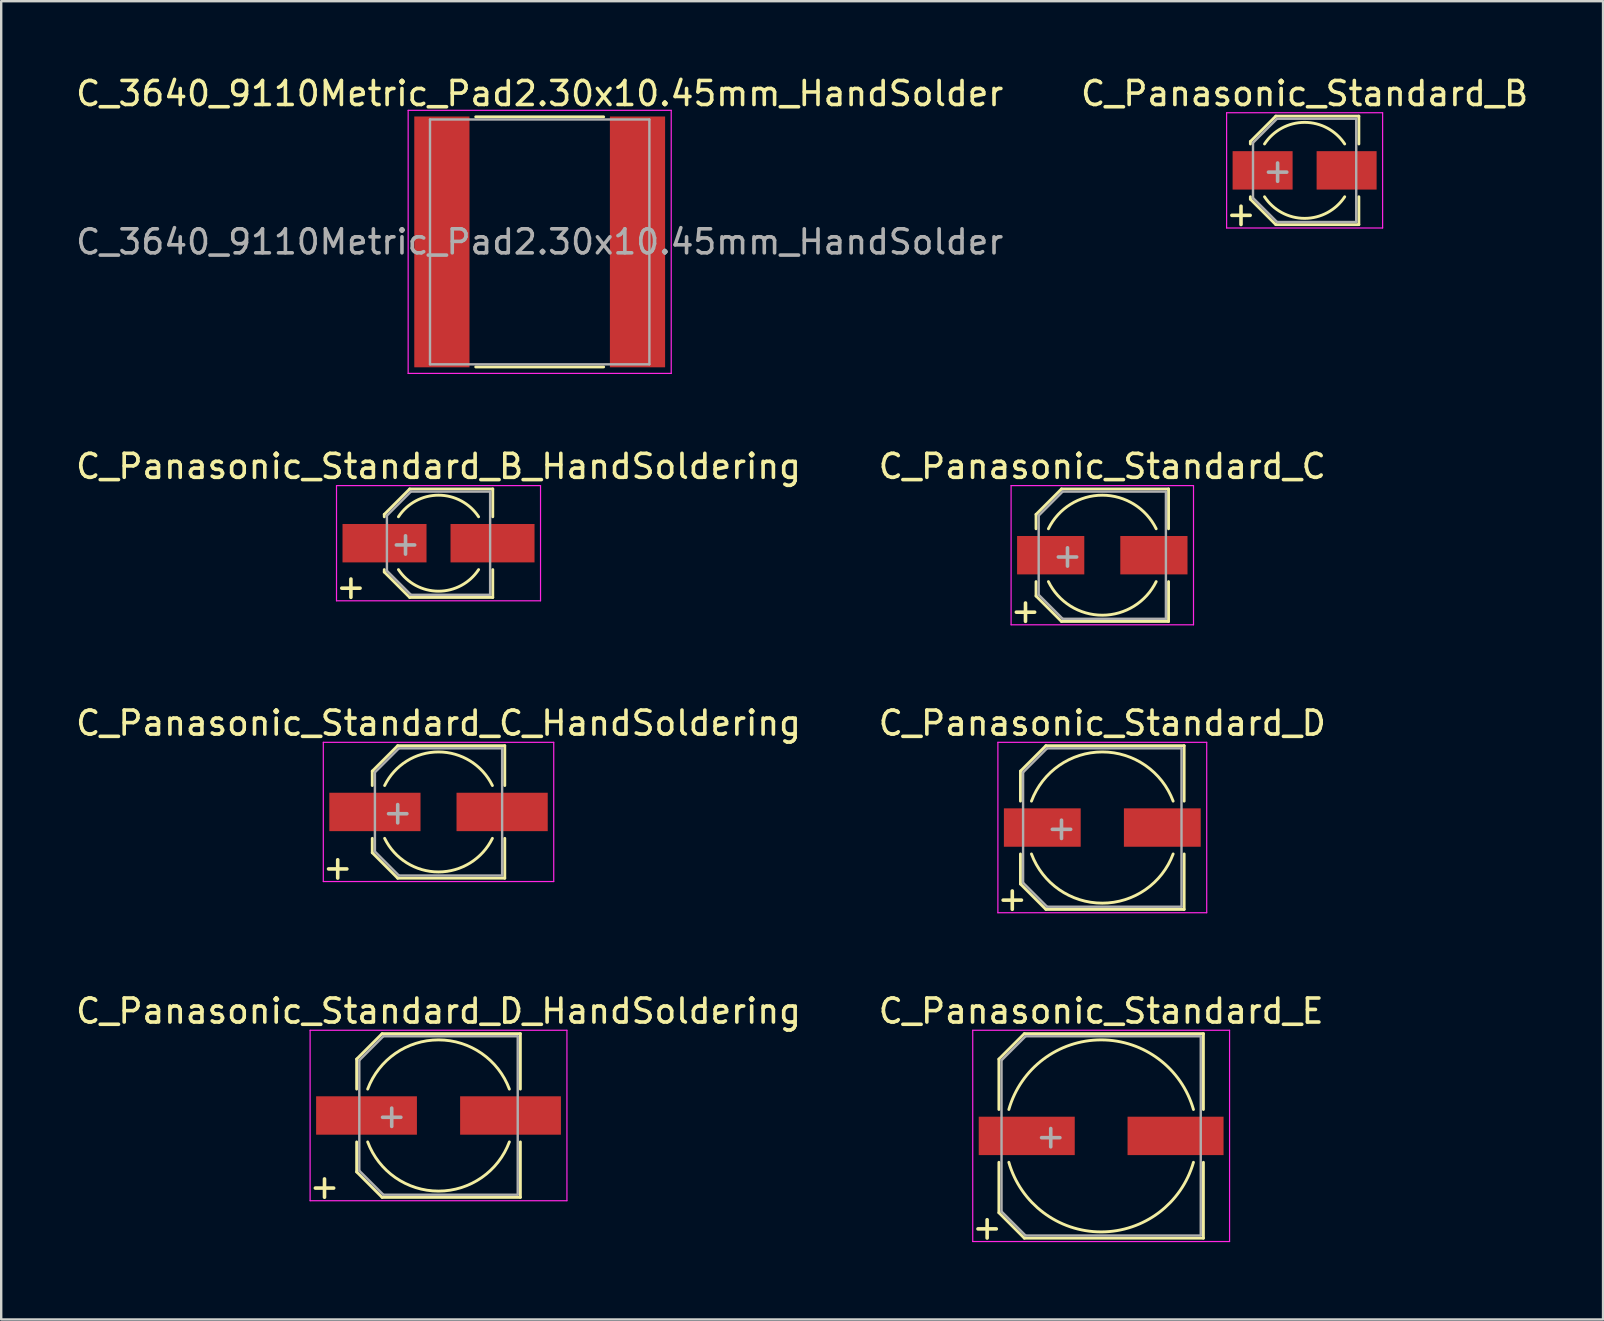
<source format=kicad_pcb>
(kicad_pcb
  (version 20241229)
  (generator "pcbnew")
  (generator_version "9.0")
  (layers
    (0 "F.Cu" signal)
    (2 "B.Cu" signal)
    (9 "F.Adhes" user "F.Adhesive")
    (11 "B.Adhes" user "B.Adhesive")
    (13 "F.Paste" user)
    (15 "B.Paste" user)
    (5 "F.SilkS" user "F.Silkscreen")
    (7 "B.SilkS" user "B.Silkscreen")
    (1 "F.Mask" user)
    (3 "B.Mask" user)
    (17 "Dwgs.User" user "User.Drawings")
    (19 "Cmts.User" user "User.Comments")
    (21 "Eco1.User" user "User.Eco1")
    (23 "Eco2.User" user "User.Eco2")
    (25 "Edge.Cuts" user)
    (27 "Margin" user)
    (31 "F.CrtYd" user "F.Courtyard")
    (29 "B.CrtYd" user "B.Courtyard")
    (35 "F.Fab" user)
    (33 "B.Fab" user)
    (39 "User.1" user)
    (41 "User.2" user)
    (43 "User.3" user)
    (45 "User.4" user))
  (footprint "C_3640_9110Metric_Pad2.30x10.45mm_HandSolder"
    (layer "F.Cu")
    (at 19.435 7.028)
    (property "Reference" "C_3640_9110Metric_Pad2.30x10.45mm_HandSolder" (at 0 -6.18 0) (layer "F.SilkS") (effects (font (size 1 1) (thickness 0.15))))
    (attr smd)
    (fp_line (start -2.665 -5.21) (end 2.665 -5.21) (stroke (width 0.12) (type solid)) (layer "F.SilkS"))
    (fp_line (start -2.665 5.21) (end 2.665 5.21) (stroke (width 0.12) (type solid)) (layer "F.SilkS"))
    (fp_line (start -5.48 -5.48) (end 5.48 -5.48) (stroke (width 0.05) (type solid)) (layer "F.CrtYd"))
    (fp_line (start -5.48 5.48) (end -5.48 -5.48) (stroke (width 0.05) (type solid)) (layer "F.CrtYd"))
    (fp_line (start 5.48 -5.48) (end 5.48 5.48) (stroke (width 0.05) (type solid)) (layer "F.CrtYd"))
    (fp_line (start 5.48 5.48) (end -5.48 5.48) (stroke (width 0.05) (type solid)) (layer "F.CrtYd"))
    (fp_line (start -4.57 -5.1) (end 4.57 -5.1) (stroke (width 0.1) (type solid)) (layer "F.Fab"))
    (fp_line (start -4.57 5.1) (end -4.57 -5.1) (stroke (width 0.1) (type solid)) (layer "F.Fab"))
    (fp_line (start 4.57 -5.1) (end 4.57 5.1) (stroke (width 0.1) (type solid)) (layer "F.Fab"))
    (fp_line (start 4.57 5.1) (end -4.57 5.1) (stroke (width 0.1) (type solid)) (layer "F.Fab"))
    (fp_text user "${REFERENCE}" (at 0 0 0) (layer "F.Fab") (effects (font (size 1 1) (thickness 0.15))))
    (pad "1" smd rect (at -4.075 0) (size 2.3 10.45) (layers "F.Cu" "F.Mask" "F.Paste"))
    (pad "2" smd rect (at 4.075 0) (size 2.3 10.45) (layers "F.Cu" "F.Mask" "F.Paste")))
  (footprint "C_Panasonic_Standard_D"
    (layer "F.Cu")
    (at 42.875 31.428)
    (property "Reference" "C_Panasonic_Standard_D" (at 0 -4.35 0) (layer "F.SilkS") (effects (font (size 1 1) (thickness 0.15))))
    (attr smd)
    (fp_line (start -3.41 -2.35) (end -3.41 -1.1) (stroke (width 0.12) (type solid)) (layer "F.SilkS"))
    (fp_line (start -3.41 -2.35) (end -2.35 -3.41) (stroke (width 0.12) (type solid)) (layer "F.SilkS"))
    (fp_line (start -3.41 2.35) (end -3.41 1.1) (stroke (width 0.12) (type solid)) (layer "F.SilkS"))
    (fp_line (start -3.41 2.35) (end -2.35 3.41) (stroke (width 0.12) (type solid)) (layer "F.SilkS"))
    (fp_line (start -2.35 -3.41) (end 3.41 -3.41) (stroke (width 0.12) (type solid)) (layer "F.SilkS"))
    (fp_line (start -2.35 3.41) (end 3.41 3.41) (stroke (width 0.12) (type solid)) (layer "F.SilkS"))
    (fp_line (start 3.41 -3.41) (end 3.41 -1.1) (stroke (width 0.12) (type solid)) (layer "F.SilkS"))
    (fp_line (start 3.41 3.41) (end 3.41 1.1) (stroke (width 0.12) (type solid)) (layer "F.SilkS"))
    (fp_arc (start -2.951694 -1.1) (mid 0 -3.15) (end 2.951694 -1.1) (stroke (width 0.12) (type solid)) (layer "F.SilkS"))
    (fp_arc (start 2.951694 1.1) (mid 0 3.15) (end -2.951694 1.1) (stroke (width 0.12) (type solid)) (layer "F.SilkS"))
    (fp_line (start -4.35 -3.55) (end -4.35 3.55) (stroke (width 0.05) (type solid)) (layer "F.CrtYd"))
    (fp_line (start -4.35 3.55) (end 4.35 3.55) (stroke (width 0.05) (type solid)) (layer "F.CrtYd"))
    (fp_line (start 4.35 -3.55) (end -4.35 -3.55) (stroke (width 0.05) (type solid)) (layer "F.CrtYd"))
    (fp_line (start 4.35 3.55) (end 4.35 -3.55) (stroke (width 0.05) (type solid)) (layer "F.CrtYd"))
    (fp_line (start -3.3 -2.3) (end -3.3 2.3) (stroke (width 0.1) (type solid)) (layer "F.Fab"))
    (fp_line (start -3.3 -2.3) (end -2.3 -3.3) (stroke (width 0.1) (type solid)) (layer "F.Fab"))
    (fp_line (start -3.3 2.3) (end -2.3 3.3) (stroke (width 0.1) (type solid)) (layer "F.Fab"))
    (fp_line (start -2.3 -3.3) (end 3.3 -3.3) (stroke (width 0.1) (type solid)) (layer "F.Fab"))
    (fp_line (start -2.3 3.3) (end 3.3 3.3) (stroke (width 0.1) (type solid)) (layer "F.Fab"))
    (fp_line (start 3.3 -3.3) (end 3.3 3.3) (stroke (width 0.1) (type solid)) (layer "F.Fab"))
    (fp_text user "+" (at -3.75 2.95 0) (layer "F.SilkS") (effects (font (size 1 1) (thickness 0.15))))
    (fp_text user "+" (at -1.7 0 0) (layer "F.Fab") (effects (font (size 1 1) (thickness 0.15))))
    (pad "1" smd rect (at -2.5 0) (size 3.2 1.6) (layers "F.Cu" "F.Mask" "F.Paste"))
    (pad "2" smd rect (at 2.5 0) (size 3.2 1.6) (layers "F.Cu" "F.Mask" "F.Paste")))
  (footprint "C_Panasonic_Standard_B"
    (layer "F.Cu")
    (at 51.304 4.048)
    (property "Reference" "C_Panasonic_Standard_B" (at 0 -3.2 0) (layer "F.SilkS") (effects (font (size 1 1) (thickness 0.15))))
    (attr smd)
    (fp_line (start -2.26 -1.2) (end -2.26 -1.1) (stroke (width 0.12) (type solid)) (layer "F.SilkS"))
    (fp_line (start -2.26 -1.2) (end -1.2 -2.26) (stroke (width 0.12) (type solid)) (layer "F.SilkS"))
    (fp_line (start -2.26 1.2) (end -2.26 1.1) (stroke (width 0.12) (type solid)) (layer "F.SilkS"))
    (fp_line (start -2.26 1.2) (end -1.2 2.26) (stroke (width 0.12) (type solid)) (layer "F.SilkS"))
    (fp_line (start -1.2 -2.26) (end 2.26 -2.26) (stroke (width 0.12) (type solid)) (layer "F.SilkS"))
    (fp_line (start -1.2 2.26) (end 2.26 2.26) (stroke (width 0.12) (type solid)) (layer "F.SilkS"))
    (fp_line (start 2.26 -2.26) (end 2.26 -1.1) (stroke (width 0.12) (type solid)) (layer "F.SilkS"))
    (fp_line (start 2.26 2.26) (end 2.26 1.1) (stroke (width 0.12) (type solid)) (layer "F.SilkS"))
    (fp_arc (start -1.670329 -1.1) (mid 0 -2) (end 1.670329 -1.1) (stroke (width 0.12) (type solid)) (layer "F.SilkS"))
    (fp_arc (start 1.670329 1.1) (mid 0 2) (end -1.670329 1.1) (stroke (width 0.12) (type solid)) (layer "F.SilkS"))
    (fp_line (start -3.25 -2.4) (end -3.25 2.4) (stroke (width 0.05) (type solid)) (layer "F.CrtYd"))
    (fp_line (start -3.25 2.4) (end 3.25 2.4) (stroke (width 0.05) (type solid)) (layer "F.CrtYd"))
    (fp_line (start 3.25 -2.4) (end -3.25 -2.4) (stroke (width 0.05) (type solid)) (layer "F.CrtYd"))
    (fp_line (start 3.25 2.4) (end 3.25 -2.4) (stroke (width 0.05) (type solid)) (layer "F.CrtYd"))
    (fp_line (start -2.15 -1.15) (end -2.15 1.15) (stroke (width 0.1) (type solid)) (layer "F.Fab"))
    (fp_line (start -2.15 -1.15) (end -1.15 -2.15) (stroke (width 0.1) (type solid)) (layer "F.Fab"))
    (fp_line (start -2.15 1.15) (end -1.15 2.15) (stroke (width 0.1) (type solid)) (layer "F.Fab"))
    (fp_line (start -1.15 -2.15) (end 2.15 -2.15) (stroke (width 0.1) (type solid)) (layer "F.Fab"))
    (fp_line (start -1.15 2.15) (end 2.15 2.15) (stroke (width 0.1) (type solid)) (layer "F.Fab"))
    (fp_line (start 2.15 -2.15) (end 2.15 2.15) (stroke (width 0.1) (type solid)) (layer "F.Fab"))
    (fp_text user "+" (at -2.65 1.8 0) (layer "F.SilkS") (effects (font (size 1 1) (thickness 0.15))))
    (fp_text user "+" (at -1.125 0 0) (layer "F.Fab") (effects (font (size 1 1) (thickness 0.15))))
    (pad "1" smd rect (at -1.75 0) (size 2.5 1.6) (layers "F.Cu" "F.Mask" "F.Paste"))
    (pad "2" smd rect (at 1.75 0) (size 2.5 1.6) (layers "F.Cu" "F.Mask" "F.Paste")))
  (footprint "C_Panasonic_Standard_B_HandSoldering"
    (layer "F.Cu")
    (at 15.22 19.581)
    (property "Reference" "C_Panasonic_Standard_B_HandSoldering" (at 0 -3.2 0) (layer "F.SilkS") (effects (font (size 1 1) (thickness 0.15))))
    (attr smd)
    (fp_line (start -2.26 -1.2) (end -2.26 -1.1) (stroke (width 0.12) (type solid)) (layer "F.SilkS"))
    (fp_line (start -2.26 -1.2) (end -1.2 -2.26) (stroke (width 0.12) (type solid)) (layer "F.SilkS"))
    (fp_line (start -2.26 1.2) (end -2.26 1.1) (stroke (width 0.12) (type solid)) (layer "F.SilkS"))
    (fp_line (start -2.26 1.2) (end -1.2 2.26) (stroke (width 0.12) (type solid)) (layer "F.SilkS"))
    (fp_line (start -1.2 -2.26) (end 2.26 -2.26) (stroke (width 0.12) (type solid)) (layer "F.SilkS"))
    (fp_line (start -1.2 2.26) (end 2.26 2.26) (stroke (width 0.12) (type solid)) (layer "F.SilkS"))
    (fp_line (start 2.26 -2.26) (end 2.26 -1.1) (stroke (width 0.12) (type solid)) (layer "F.SilkS"))
    (fp_line (start 2.26 2.26) (end 2.26 1.1) (stroke (width 0.12) (type solid)) (layer "F.SilkS"))
    (fp_arc (start -1.670329 -1.1) (mid 0 -2) (end 1.670329 -1.1) (stroke (width 0.12) (type solid)) (layer "F.SilkS"))
    (fp_arc (start 1.670329 1.1) (mid 0 2) (end -1.670329 1.1) (stroke (width 0.12) (type solid)) (layer "F.SilkS"))
    (fp_line (start -4.25 -2.4) (end -4.25 2.4) (stroke (width 0.05) (type solid)) (layer "F.CrtYd"))
    (fp_line (start -4.25 2.4) (end 4.25 2.4) (stroke (width 0.05) (type solid)) (layer "F.CrtYd"))
    (fp_line (start 4.25 -2.4) (end -4.25 -2.4) (stroke (width 0.05) (type solid)) (layer "F.CrtYd"))
    (fp_line (start 4.25 2.4) (end 4.25 -2.4) (stroke (width 0.05) (type solid)) (layer "F.CrtYd"))
    (fp_line (start -2.15 -1.15) (end -2.15 1.15) (stroke (width 0.1) (type solid)) (layer "F.Fab"))
    (fp_line (start -2.15 -1.15) (end -1.15 -2.15) (stroke (width 0.1) (type solid)) (layer "F.Fab"))
    (fp_line (start -2.15 1.15) (end -1.15 2.15) (stroke (width 0.1) (type solid)) (layer "F.Fab"))
    (fp_line (start -1.15 -2.15) (end 2.15 -2.15) (stroke (width 0.1) (type solid)) (layer "F.Fab"))
    (fp_line (start -1.15 2.15) (end 2.15 2.15) (stroke (width 0.1) (type solid)) (layer "F.Fab"))
    (fp_line (start 2.15 -2.15) (end 2.15 2.15) (stroke (width 0.1) (type solid)) (layer "F.Fab"))
    (fp_text user "+" (at -3.65 1.8 0) (layer "F.SilkS") (effects (font (size 1 1) (thickness 0.15))))
    (fp_text user "+" (at -1.375 0 0) (layer "F.Fab") (effects (font (size 1 1) (thickness 0.15))))
    (pad "1" smd rect (at -2.25 0) (size 3.5 1.6) (layers "F.Cu" "F.Mask" "F.Paste"))
    (pad "2" smd rect (at 2.25 0) (size 3.5 1.6) (layers "F.Cu" "F.Mask" "F.Paste")))
  (footprint "C_Panasonic_Standard_C_HandSoldering"
    (layer "F.Cu")
    (at 15.22 30.778)
    (property "Reference" "C_Panasonic_Standard_C_HandSoldering" (at 0 -3.7 0) (layer "F.SilkS") (effects (font (size 1 1) (thickness 0.15))))
    (attr smd)
    (fp_line (start -2.76 -1.7) (end -2.76 -1.1) (stroke (width 0.12) (type solid)) (layer "F.SilkS"))
    (fp_line (start -2.76 -1.7) (end -1.7 -2.76) (stroke (width 0.12) (type solid)) (layer "F.SilkS"))
    (fp_line (start -2.76 1.7) (end -2.76 1.1) (stroke (width 0.12) (type solid)) (layer "F.SilkS"))
    (fp_line (start -2.76 1.7) (end -1.7 2.76) (stroke (width 0.12) (type solid)) (layer "F.SilkS"))
    (fp_line (start -1.7 -2.76) (end 2.76 -2.76) (stroke (width 0.12) (type solid)) (layer "F.SilkS"))
    (fp_line (start -1.7 2.76) (end 2.76 2.76) (stroke (width 0.12) (type solid)) (layer "F.SilkS"))
    (fp_line (start 2.76 -2.76) (end 2.76 -1.1) (stroke (width 0.12) (type solid)) (layer "F.SilkS"))
    (fp_line (start 2.76 2.76) (end 2.76 1.1) (stroke (width 0.12) (type solid)) (layer "F.SilkS"))
    (fp_arc (start -2.244994 -1.1) (mid 0 -2.5) (end 2.244994 -1.1) (stroke (width 0.12) (type solid)) (layer "F.SilkS"))
    (fp_arc (start 2.244994 1.1) (mid 0 2.5) (end -2.244994 1.1) (stroke (width 0.12) (type solid)) (layer "F.SilkS"))
    (fp_line (start -4.8 -2.9) (end -4.8 2.9) (stroke (width 0.05) (type solid)) (layer "F.CrtYd"))
    (fp_line (start -4.8 2.9) (end 4.8 2.9) (stroke (width 0.05) (type solid)) (layer "F.CrtYd"))
    (fp_line (start 4.8 -2.9) (end -4.8 -2.9) (stroke (width 0.05) (type solid)) (layer "F.CrtYd"))
    (fp_line (start 4.8 2.9) (end 4.8 -2.9) (stroke (width 0.05) (type solid)) (layer "F.CrtYd"))
    (fp_line (start -2.65 -1.65) (end -2.65 1.65) (stroke (width 0.1) (type solid)) (layer "F.Fab"))
    (fp_line (start -2.65 -1.65) (end -1.65 -2.65) (stroke (width 0.1) (type solid)) (layer "F.Fab"))
    (fp_line (start -2.65 1.65) (end -1.65 2.65) (stroke (width 0.1) (type solid)) (layer "F.Fab"))
    (fp_line (start -1.65 -2.65) (end 2.65 -2.65) (stroke (width 0.1) (type solid)) (layer "F.Fab"))
    (fp_line (start -1.65 2.65) (end 2.65 2.65) (stroke (width 0.1) (type solid)) (layer "F.Fab"))
    (fp_line (start 2.65 -2.65) (end 2.65 2.65) (stroke (width 0.1) (type solid)) (layer "F.Fab"))
    (fp_text user "+" (at -4.2 2.3 0) (layer "F.SilkS") (effects (font (size 1 1) (thickness 0.15))))
    (fp_text user "+" (at -1.7 0 0) (layer "F.Fab") (effects (font (size 1 1) (thickness 0.15))))
    (pad "1" smd rect (at -2.65 0) (size 3.8 1.6) (layers "F.Cu" "F.Mask" "F.Paste"))
    (pad "2" smd rect (at 2.65 0) (size 3.8 1.6) (layers "F.Cu" "F.Mask" "F.Paste")))
  (footprint "C_Panasonic_Standard_D_HandSoldering"
    (layer "F.Cu")
    (at 15.22 43.425)
    (property "Reference" "C_Panasonic_Standard_D_HandSoldering" (at 0 -4.35 0) (layer "F.SilkS") (effects (font (size 1 1) (thickness 0.15))))
    (attr smd)
    (fp_line (start -3.41 -2.35) (end -3.41 -1.1) (stroke (width 0.12) (type solid)) (layer "F.SilkS"))
    (fp_line (start -3.41 -2.35) (end -2.35 -3.41) (stroke (width 0.12) (type solid)) (layer "F.SilkS"))
    (fp_line (start -3.41 2.35) (end -3.41 1.1) (stroke (width 0.12) (type solid)) (layer "F.SilkS"))
    (fp_line (start -3.41 2.35) (end -2.35 3.41) (stroke (width 0.12) (type solid)) (layer "F.SilkS"))
    (fp_line (start -2.35 -3.41) (end 3.41 -3.41) (stroke (width 0.12) (type solid)) (layer "F.SilkS"))
    (fp_line (start -2.35 3.41) (end 3.41 3.41) (stroke (width 0.12) (type solid)) (layer "F.SilkS"))
    (fp_line (start 3.41 -3.41) (end 3.41 -1.1) (stroke (width 0.12) (type solid)) (layer "F.SilkS"))
    (fp_line (start 3.41 3.41) (end 3.41 1.1) (stroke (width 0.12) (type solid)) (layer "F.SilkS"))
    (fp_arc (start -2.951694 -1.1) (mid 0 -3.15) (end 2.951694 -1.1) (stroke (width 0.12) (type solid)) (layer "F.SilkS"))
    (fp_arc (start 2.951694 1.1) (mid 0 3.15) (end -2.951694 1.1) (stroke (width 0.12) (type solid)) (layer "F.SilkS"))
    (fp_line (start -5.35 -3.55) (end -5.35 3.55) (stroke (width 0.05) (type solid)) (layer "F.CrtYd"))
    (fp_line (start -5.35 3.55) (end 5.35 3.55) (stroke (width 0.05) (type solid)) (layer "F.CrtYd"))
    (fp_line (start 5.35 -3.55) (end -5.35 -3.55) (stroke (width 0.05) (type solid)) (layer "F.CrtYd"))
    (fp_line (start 5.35 3.55) (end 5.35 -3.55) (stroke (width 0.05) (type solid)) (layer "F.CrtYd"))
    (fp_line (start -3.3 -2.3) (end -3.3 2.3) (stroke (width 0.1) (type solid)) (layer "F.Fab"))
    (fp_line (start -3.3 -2.3) (end -2.3 -3.3) (stroke (width 0.1) (type solid)) (layer "F.Fab"))
    (fp_line (start -3.3 2.3) (end -2.3 3.3) (stroke (width 0.1) (type solid)) (layer "F.Fab"))
    (fp_line (start -2.3 -3.3) (end 3.3 -3.3) (stroke (width 0.1) (type solid)) (layer "F.Fab"))
    (fp_line (start -2.3 3.3) (end 3.3 3.3) (stroke (width 0.1) (type solid)) (layer "F.Fab"))
    (fp_line (start 3.3 -3.3) (end 3.3 3.3) (stroke (width 0.1) (type solid)) (layer "F.Fab"))
    (fp_text user "+" (at -4.75 2.95 0) (layer "F.SilkS") (effects (font (size 1 1) (thickness 0.15))))
    (fp_text user "+" (at -1.95 0 0) (layer "F.Fab") (effects (font (size 1 1) (thickness 0.15))))
    (pad "1" smd rect (at -3 0) (size 4.2 1.6) (layers "F.Cu" "F.Mask" "F.Paste"))
    (pad "2" smd rect (at 3 0) (size 4.2 1.6) (layers "F.Cu" "F.Mask" "F.Paste")))
  (footprint "C_Panasonic_Standard_E"
    (layer "F.Cu")
    (at 42.827 44.275)
    (property "Reference" "C_Panasonic_Standard_E" (at 0 -5.2 0) (layer "F.SilkS") (effects (font (size 1 1) (thickness 0.15))))
    (attr smd)
    (fp_line (start -4.26 -3.2) (end -4.26 -1.1) (stroke (width 0.12) (type solid)) (layer "F.SilkS"))
    (fp_line (start -4.26 -3.2) (end -3.2 -4.26) (stroke (width 0.12) (type solid)) (layer "F.SilkS"))
    (fp_line (start -4.26 3.2) (end -4.26 1.1) (stroke (width 0.12) (type solid)) (layer "F.SilkS"))
    (fp_line (start -4.26 3.2) (end -3.2 4.26) (stroke (width 0.12) (type solid)) (layer "F.SilkS"))
    (fp_line (start -3.2 -4.26) (end 4.26 -4.26) (stroke (width 0.12) (type solid)) (layer "F.SilkS"))
    (fp_line (start -3.2 4.26) (end 4.26 4.26) (stroke (width 0.12) (type solid)) (layer "F.SilkS"))
    (fp_line (start 4.26 -4.26) (end 4.26 -1.1) (stroke (width 0.12) (type solid)) (layer "F.SilkS"))
    (fp_line (start 4.26 4.26) (end 4.26 1.1) (stroke (width 0.12) (type solid)) (layer "F.SilkS"))
    (fp_arc (start -3.845777 -1.1) (mid 0 -4) (end 3.845777 -1.1) (stroke (width 0.12) (type solid)) (layer "F.SilkS"))
    (fp_arc (start 3.845777 1.1) (mid 0 4) (end -3.845777 1.1) (stroke (width 0.12) (type solid)) (layer "F.SilkS"))
    (fp_line (start -5.35 -4.4) (end -5.35 4.4) (stroke (width 0.05) (type solid)) (layer "F.CrtYd"))
    (fp_line (start -5.35 4.4) (end 5.35 4.4) (stroke (width 0.05) (type solid)) (layer "F.CrtYd"))
    (fp_line (start 5.35 -4.4) (end -5.35 -4.4) (stroke (width 0.05) (type solid)) (layer "F.CrtYd"))
    (fp_line (start 5.35 4.4) (end 5.35 -4.4) (stroke (width 0.05) (type solid)) (layer "F.CrtYd"))
    (fp_line (start -4.15 -3.15) (end -4.15 3.15) (stroke (width 0.1) (type solid)) (layer "F.Fab"))
    (fp_line (start -4.15 -3.15) (end -3.15 -4.15) (stroke (width 0.1) (type solid)) (layer "F.Fab"))
    (fp_line (start -4.15 3.15) (end -3.15 4.15) (stroke (width 0.1) (type solid)) (layer "F.Fab"))
    (fp_line (start -3.15 -4.15) (end 4.15 -4.15) (stroke (width 0.1) (type solid)) (layer "F.Fab"))
    (fp_line (start -3.15 4.15) (end 4.15 4.15) (stroke (width 0.1) (type solid)) (layer "F.Fab"))
    (fp_line (start 4.15 -4.15) (end 4.15 4.15) (stroke (width 0.1) (type solid)) (layer "F.Fab"))
    (fp_text user "+" (at -4.75 3.8 0) (layer "F.SilkS") (effects (font (size 1 1) (thickness 0.15))))
    (fp_text user "+" (at -2.1 0 0) (layer "F.Fab") (effects (font (size 1 1) (thickness 0.15))))
    (pad "1" smd rect (at -3.1 0) (size 4 1.6) (layers "F.Cu" "F.Mask" "F.Paste"))
    (pad "2" smd rect (at 3.1 0) (size 4 1.6) (layers "F.Cu" "F.Mask" "F.Paste")))
  (footprint "C_Panasonic_Standard_C"
    (layer "F.Cu")
    (at 42.875 20.081)
    (property "Reference" "C_Panasonic_Standard_C" (at 0 -3.7 0) (layer "F.SilkS") (effects (font (size 1 1) (thickness 0.15))))
    (attr smd)
    (fp_line (start -2.76 -1.7) (end -2.76 -1.1) (stroke (width 0.12) (type solid)) (layer "F.SilkS"))
    (fp_line (start -2.76 -1.7) (end -1.7 -2.76) (stroke (width 0.12) (type solid)) (layer "F.SilkS"))
    (fp_line (start -2.76 1.7) (end -2.76 1.1) (stroke (width 0.12) (type solid)) (layer "F.SilkS"))
    (fp_line (start -2.76 1.7) (end -1.7 2.76) (stroke (width 0.12) (type solid)) (layer "F.SilkS"))
    (fp_line (start -1.7 -2.76) (end 2.76 -2.76) (stroke (width 0.12) (type solid)) (layer "F.SilkS"))
    (fp_line (start -1.7 2.76) (end 2.76 2.76) (stroke (width 0.12) (type solid)) (layer "F.SilkS"))
    (fp_line (start 2.76 -2.76) (end 2.76 -1.1) (stroke (width 0.12) (type solid)) (layer "F.SilkS"))
    (fp_line (start 2.76 2.76) (end 2.76 1.1) (stroke (width 0.12) (type solid)) (layer "F.SilkS"))
    (fp_arc (start -2.244994 -1.1) (mid 0 -2.5) (end 2.244994 -1.1) (stroke (width 0.12) (type solid)) (layer "F.SilkS"))
    (fp_arc (start 2.244994 1.1) (mid 0 2.5) (end -2.244994 1.1) (stroke (width 0.12) (type solid)) (layer "F.SilkS"))
    (fp_line (start -3.8 -2.9) (end -3.8 2.9) (stroke (width 0.05) (type solid)) (layer "F.CrtYd"))
    (fp_line (start -3.8 2.9) (end 3.8 2.9) (stroke (width 0.05) (type solid)) (layer "F.CrtYd"))
    (fp_line (start 3.8 -2.9) (end -3.8 -2.9) (stroke (width 0.05) (type solid)) (layer "F.CrtYd"))
    (fp_line (start 3.8 2.9) (end 3.8 -2.9) (stroke (width 0.05) (type solid)) (layer "F.CrtYd"))
    (fp_line (start -2.65 -1.65) (end -2.65 1.65) (stroke (width 0.1) (type solid)) (layer "F.Fab"))
    (fp_line (start -2.65 -1.65) (end -1.65 -2.65) (stroke (width 0.1) (type solid)) (layer "F.Fab"))
    (fp_line (start -2.65 1.65) (end -1.65 2.65) (stroke (width 0.1) (type solid)) (layer "F.Fab"))
    (fp_line (start -1.65 -2.65) (end 2.65 -2.65) (stroke (width 0.1) (type solid)) (layer "F.Fab"))
    (fp_line (start -1.65 2.65) (end 2.65 2.65) (stroke (width 0.1) (type solid)) (layer "F.Fab"))
    (fp_line (start 2.65 -2.65) (end 2.65 2.65) (stroke (width 0.1) (type solid)) (layer "F.Fab"))
    (fp_text user "+" (at -3.2 2.3 0) (layer "F.SilkS") (effects (font (size 1 1) (thickness 0.15))))
    (fp_text user "+" (at -1.45 0 0) (layer "F.Fab") (effects (font (size 1 1) (thickness 0.15))))
    (pad "1" smd rect (at -2.15 0) (size 2.8 1.6) (layers "F.Cu" "F.Mask" "F.Paste"))
    (pad "2" smd rect (at 2.15 0) (size 2.8 1.6) (layers "F.Cu" "F.Mask" "F.Paste")))
  (gr_rect
    (start -3 -3)
    (end 63.738 51.923)
    (stroke (width 0.1) (type default))
    (fill no)
    (layer "Edge.Cuts")))
</source>
